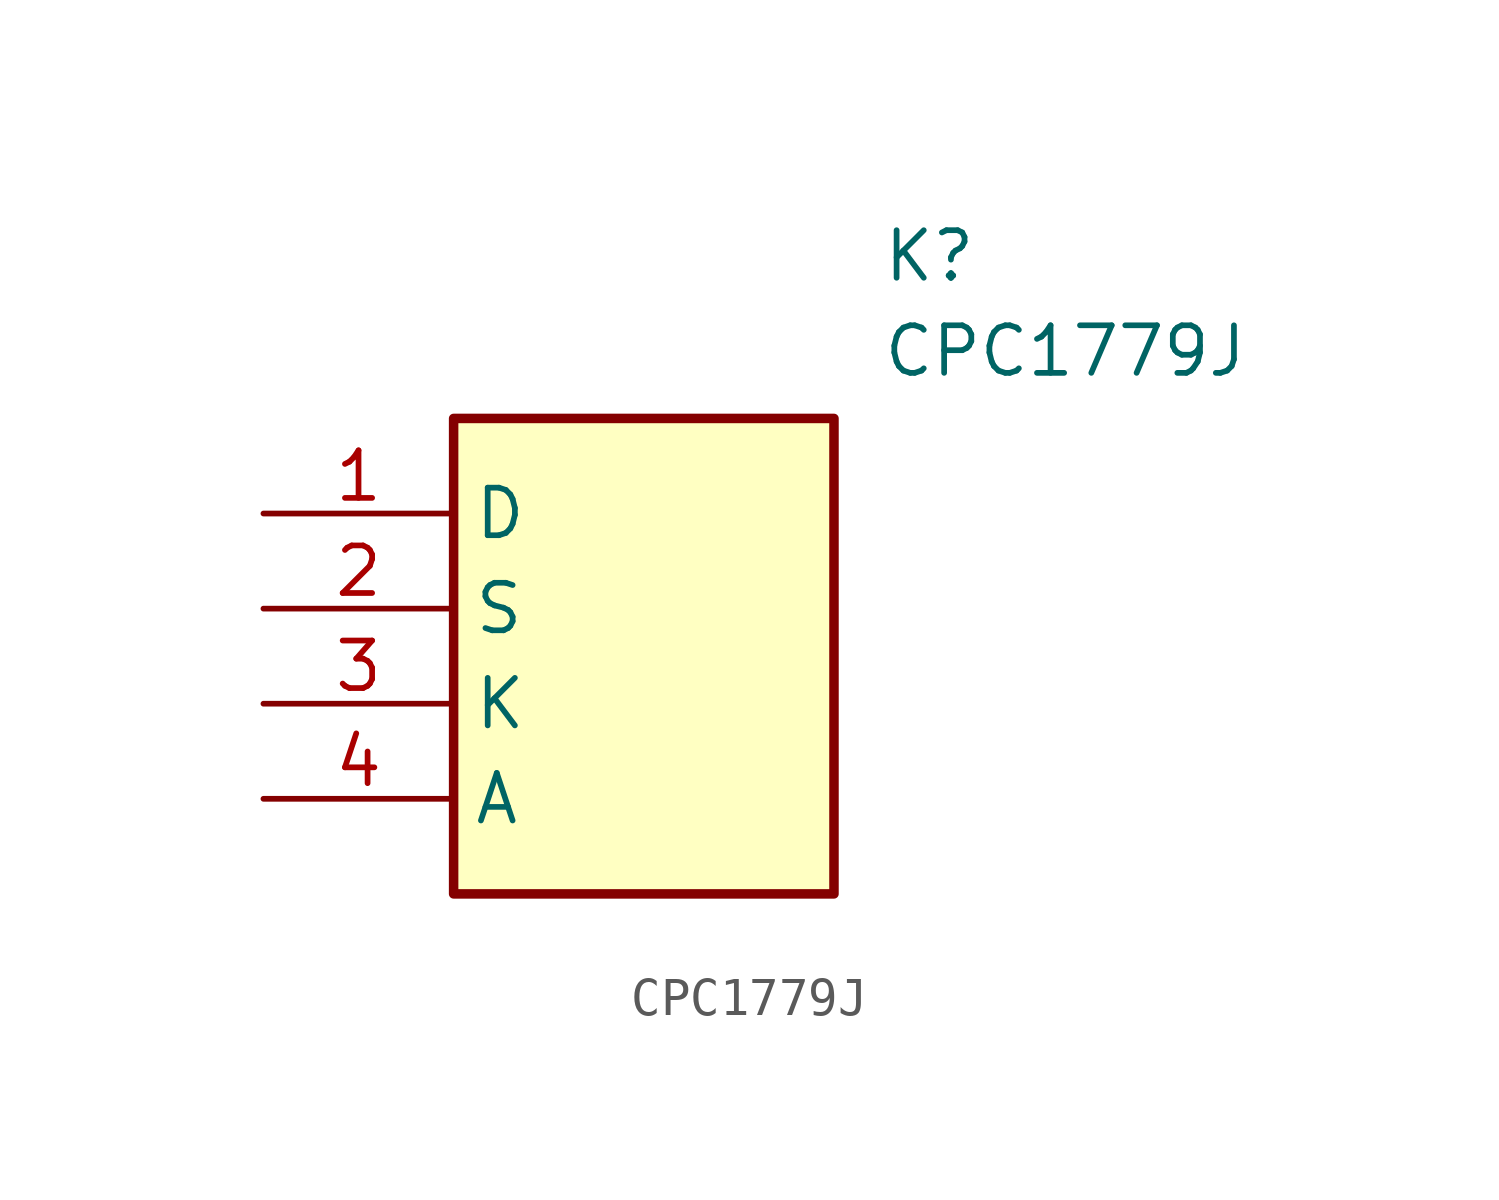
<source format=kicad_sym>
(kicad_symbol_lib
  (version 20211014)
  (generator SamacSys_ECAD_Model)
  (symbol "CPC1779J"
    (property "Reference" "K"
      (at 16.51 7.62 0)
      (effects (font (size 1.27 1.27)) (justify left top)))
    (property "Value" "CPC1779J"
      (at 16.51 5.08 0)
      (effects (font (size 1.27 1.27)) (justify left top)))
    (rectangle
      (start 5.08 2.54)
      (end 15.24 -10.16)
      (stroke (width 0.254) (type default))
      (fill (type background)))
    (pin passive line
      (at 0 0 0)
      (length 5.08)
      (name "D" (effects (font (size 1.27 1.27))))
      (number "1" (effects (font (size 1.27 1.27)))))
    (pin passive line
      (at 0 -2.54 0)
      (length 5.08)
      (name "S" (effects (font (size 1.27 1.27))))
      (number "2" (effects (font (size 1.27 1.27)))))
    (pin passive line
      (at 0 -5.08 0)
      (length 5.08)
      (name "K" (effects (font (size 1.27 1.27))))
      (number "3" (effects (font (size 1.27 1.27)))))
    (pin passive line
      (at 0 -7.62 0)
      (length 5.08)
      (name "A" (effects (font (size 1.27 1.27))))
      (number "4" (effects (font (size 1.27 1.27)))))))
</source>
